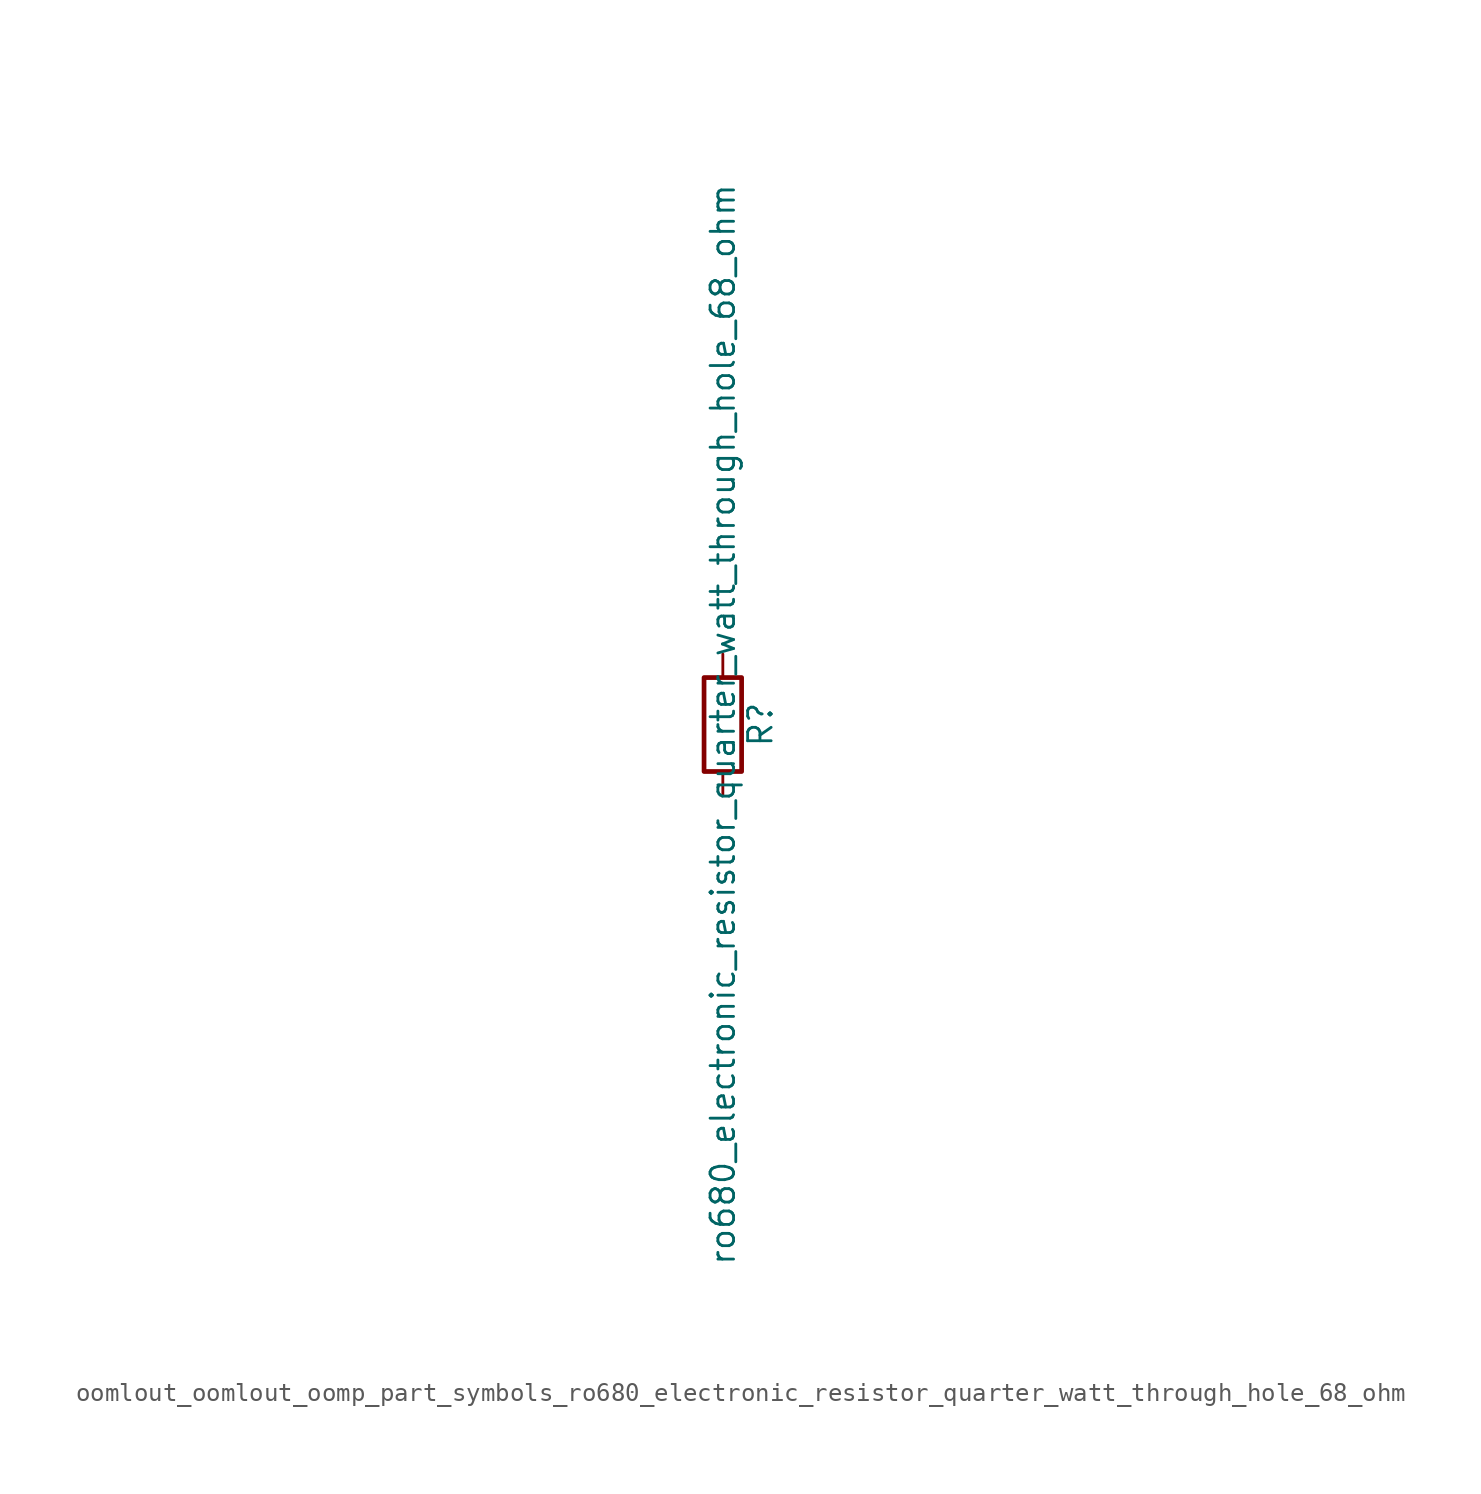
<source format=kicad_sym>
(kicad_symbol_lib
  (version 20220914)
  (generator kicad_symbol_editor)
  (symbol "oomlout_oomlout_oomp_part_symbols_ro680_electronic_resistor_quarter_watt_through_hole_68_ohm"
    (pin_numbers hide)
    (pin_names
      (offset 0))
    (property "Reference" "R"
      (at 2.032 0 90)
      (effects (font (size 1.27 1.27))))
    (property "Value" "ro680_electronic_resistor_quarter_watt_through_hole_68_ohm"
      (at 0 0 90)
      (effects (font (size 1.27 1.27))))
    (symbol "oomlout_oomlout_oomp_part_symbols_ro680_electronic_resistor_quarter_watt_through_hole_68_ohm_0_1"
      (rectangle (start -1.016 -2.54) (end 1.016 2.54) (stroke (width 0.254) (type default)) (fill (type none))))
    (symbol "oomlout_oomlout_oomp_part_symbols_ro680_electronic_resistor_quarter_watt_through_hole_68_ohm_1_1"
      (pin passive line (at 0 3.81 270) (length 1.27) (name "~" (effects (font (size 1.27 1.27)))) (number "1" (effects (font (size 1.27 1.27)))))
      (pin passive line (at 0 -3.81 90) (length 1.27) (name "~" (effects (font (size 1.27 1.27)))) (number "2" (effects (font (size 1.27 1.27))))))))
</source>
